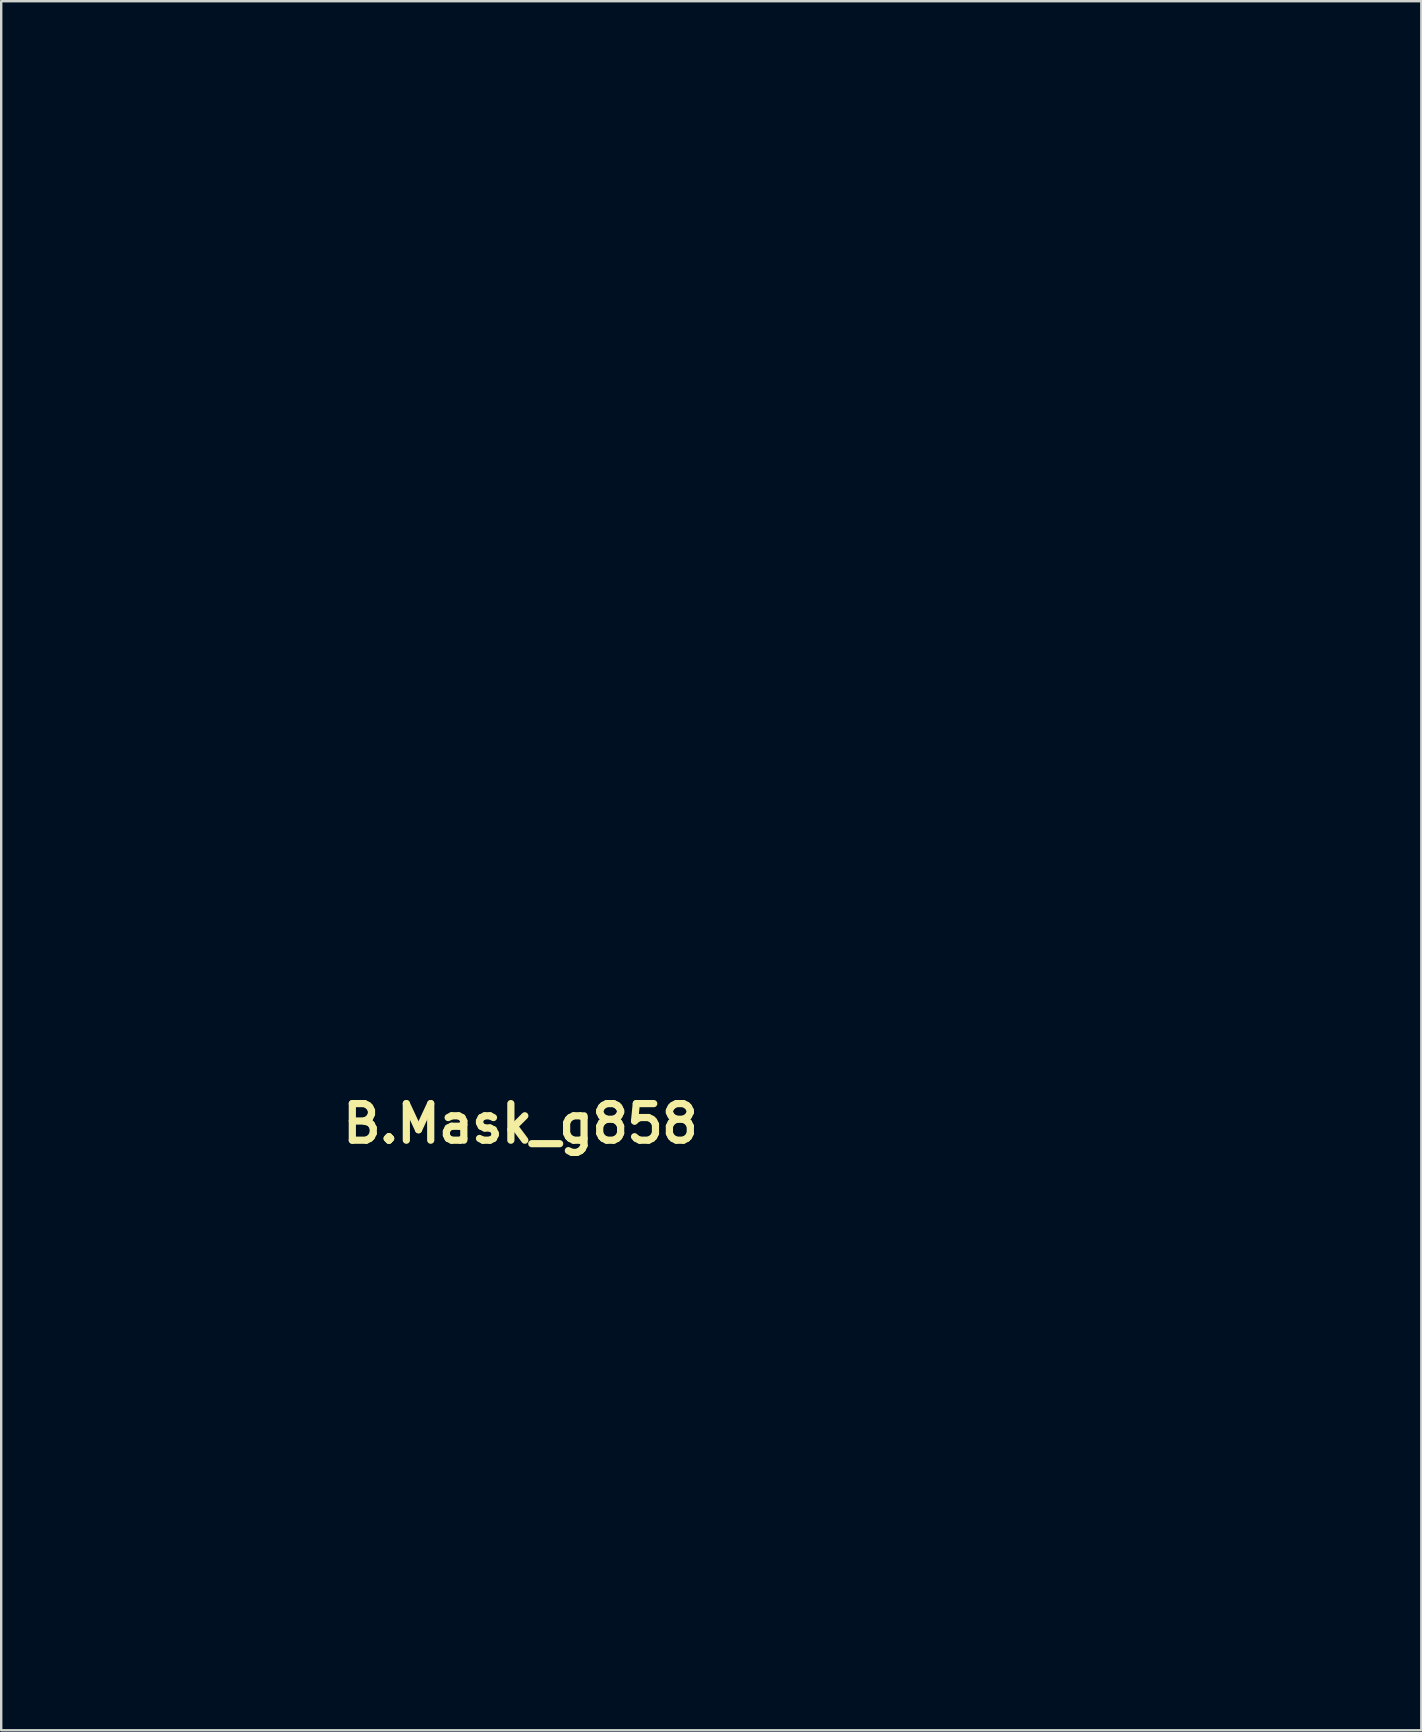
<source format=kicad_pcb>
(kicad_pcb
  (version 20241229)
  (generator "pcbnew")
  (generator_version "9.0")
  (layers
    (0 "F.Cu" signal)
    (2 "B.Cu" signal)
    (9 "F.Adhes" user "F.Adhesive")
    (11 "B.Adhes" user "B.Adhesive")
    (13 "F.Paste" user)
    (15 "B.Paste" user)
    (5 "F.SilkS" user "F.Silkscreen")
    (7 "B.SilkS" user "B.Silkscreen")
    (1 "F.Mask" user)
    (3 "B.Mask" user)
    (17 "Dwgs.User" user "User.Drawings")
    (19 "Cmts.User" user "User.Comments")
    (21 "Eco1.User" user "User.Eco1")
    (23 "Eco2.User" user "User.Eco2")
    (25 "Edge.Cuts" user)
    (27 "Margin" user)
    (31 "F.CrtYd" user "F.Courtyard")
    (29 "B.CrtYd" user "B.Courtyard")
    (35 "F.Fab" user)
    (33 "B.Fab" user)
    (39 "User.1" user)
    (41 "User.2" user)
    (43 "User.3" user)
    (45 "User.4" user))
  (footprint "B.Mask_g858"
    (layer "F.Cu")
    (at 18.629 43.755)
    (property "Reference" "B.Mask_g858" (at 0 0 0) (layer "F.SilkS") (effects (font (size 1.524 1.524) (thickness 0.3))))
    (attr through_hole)
    (fp_poly (pts (xy 21.945 -32.753) (xy 22.217 -32.713) (xy 22.484 -32.634) (xy 22.621 -32.576) (xy 22.81 -32.476) (xy 22.978 -32.361) (xy 23.139 -32.22) (xy 23.222 -32.137) (xy 23.405 -31.917) (xy 23.548 -31.68) (xy 23.653 -31.427) (xy 23.72 -31.155) (xy 23.748 -30.867) (xy 23.749 -30.797) (xy 23.732 -30.516) (xy 23.678 -30.253) (xy 23.588 -30.003) (xy 23.459 -29.763) (xy 23.292 -29.534) (xy 23.097 -29.335) (xy 22.878 -29.166) (xy 22.637 -29.031) (xy 22.38 -28.93) (xy 22.11 -28.867) (xy 21.83 -28.841) (xy 21.587 -28.852) (xy 21.404 -28.879) (xy 21.237 -28.921) (xy 21.068 -28.983) (xy 20.944 -29.04) (xy 20.695 -29.183) (xy 20.475 -29.355) (xy 20.284 -29.553) (xy 20.126 -29.774) (xy 20 -30.014) (xy 19.909 -30.27) (xy 19.854 -30.538) (xy 19.837 -30.815) (xy 19.86 -31.098) (xy 19.896 -31.28) (xy 19.98 -31.541) (xy 20.101 -31.784) (xy 20.259 -32.012) (xy 20.436 -32.205) (xy 20.651 -32.386) (xy 20.886 -32.533) (xy 21.137 -32.643) (xy 21.4 -32.717) (xy 21.671 -32.754) (xy 21.945 -32.753)) (stroke (width 0.01) (type solid)) (fill yes) (layer "B.Mask"))
    (fp_poly (pts (xy -3.071 -28.833) (xy -2.93 -28.821) (xy -2.815 -28.8) (xy -2.593 -28.724) (xy -2.387 -28.612) (xy -2.201 -28.472) (xy -2.042 -28.305) (xy -1.916 -28.118) (xy -1.889 -28.067) (xy -1.818 -27.906) (xy -1.771 -27.757) (xy -1.746 -27.605) (xy -1.739 -27.434) (xy -1.741 -27.347) (xy -1.764 -27.114) (xy -1.818 -26.905) (xy -1.906 -26.715) (xy -2.03 -26.537) (xy -2.149 -26.406) (xy -2.3 -26.271) (xy -2.456 -26.167) (xy -2.631 -26.084) (xy -2.692 -26.061) (xy -2.767 -26.037) (xy -2.839 -26.02) (xy -2.918 -26.009) (xy -3.018 -26.003) (xy -3.122 -25.999) (xy -3.244 -25.997) (xy -3.336 -25.999) (xy -3.409 -26.006) (xy -3.476 -26.019) (xy -3.549 -26.039) (xy -3.556 -26.041) (xy -3.746 -26.111) (xy -3.91 -26.199) (xy -4.063 -26.315) (xy -4.16 -26.405) (xy -4.321 -26.589) (xy -4.441 -26.783) (xy -4.523 -26.991) (xy -4.568 -27.217) (xy -4.579 -27.411) (xy -4.561 -27.658) (xy -4.506 -27.885) (xy -4.415 -28.094) (xy -4.285 -28.286) (xy -4.217 -28.365) (xy -4.035 -28.536) (xy -3.84 -28.667) (xy -3.626 -28.764) (xy -3.471 -28.809) (xy -3.358 -28.827) (xy -3.219 -28.835) (xy -3.071 -28.833)) (stroke (width 0.01) (type solid)) (fill yes) (layer "B.Mask"))
    (fp_poly (pts (xy -2.742 -5.684) (xy -2.489 -5.632) (xy -2.254 -5.544) (xy -2.032 -5.416) (xy -1.822 -5.249) (xy -1.755 -5.186) (xy -1.572 -4.978) (xy -1.428 -4.752) (xy -1.322 -4.51) (xy -1.256 -4.251) (xy -1.228 -3.976) (xy -1.228 -3.922) (xy -1.248 -3.655) (xy -1.307 -3.399) (xy -1.403 -3.157) (xy -1.532 -2.933) (xy -1.692 -2.731) (xy -1.879 -2.553) (xy -2.092 -2.403) (xy -2.328 -2.285) (xy -2.583 -2.202) (xy -2.588 -2.201) (xy -2.755 -2.173) (xy -2.945 -2.16) (xy -3.14 -2.163) (xy -3.325 -2.181) (xy -3.44 -2.204) (xy -3.688 -2.286) (xy -3.922 -2.406) (xy -4.136 -2.559) (xy -4.327 -2.743) (xy -4.489 -2.953) (xy -4.58 -3.109) (xy -4.657 -3.27) (xy -4.711 -3.416) (xy -4.746 -3.562) (xy -4.766 -3.72) (xy -4.772 -3.905) (xy -4.772 -3.926) (xy -4.771 -4.061) (xy -4.766 -4.164) (xy -4.756 -4.249) (xy -4.741 -4.326) (xy -4.726 -4.385) (xy -4.628 -4.653) (xy -4.499 -4.895) (xy -4.338 -5.109) (xy -4.146 -5.294) (xy -3.924 -5.45) (xy -3.766 -5.534) (xy -3.572 -5.614) (xy -3.384 -5.666) (xy -3.185 -5.694) (xy -3.016 -5.7) (xy -2.742 -5.684)) (stroke (width 0.01) (type solid)) (fill yes) (layer "B.Mask"))
    (fp_poly (pts (xy 5.817 12.028) (xy 6.109 12.084) (xy 6.394 12.178) (xy 6.669 12.311) (xy 6.809 12.396) (xy 6.917 12.476) (xy 7.037 12.581) (xy 7.16 12.7) (xy 7.276 12.823) (xy 7.372 12.939) (xy 7.408 12.988) (xy 7.569 13.256) (xy 7.691 13.539) (xy 7.774 13.831) (xy 7.816 14.13) (xy 7.819 14.431) (xy 7.782 14.733) (xy 7.704 15.031) (xy 7.588 15.317) (xy 7.438 15.58) (xy 7.255 15.818) (xy 7.042 16.03) (xy 6.804 16.212) (xy 6.544 16.362) (xy 6.265 16.478) (xy 5.971 16.556) (xy 5.929 16.564) (xy 5.754 16.585) (xy 5.558 16.593) (xy 5.358 16.587) (xy 5.171 16.569) (xy 5.069 16.552) (xy 4.767 16.467) (xy 4.483 16.346) (xy 4.221 16.19) (xy 3.983 16.001) (xy 3.773 15.781) (xy 3.591 15.533) (xy 3.447 15.27) (xy 3.344 15.003) (xy 3.276 14.718) (xy 3.242 14.423) (xy 3.245 14.127) (xy 3.283 13.837) (xy 3.338 13.621) (xy 3.448 13.335) (xy 3.594 13.071) (xy 3.778 12.826) (xy 3.915 12.678) (xy 4.146 12.476) (xy 4.397 12.31) (xy 4.664 12.18) (xy 4.943 12.086) (xy 5.231 12.029) (xy 5.523 12.01) (xy 5.817 12.028)) (stroke (width 0.01) (type solid)) (fill yes) (layer "B.Mask"))
    (fp_poly (pts (xy 33.288 6.847) (xy 33.514 6.898) (xy 33.722 6.987) (xy 33.918 7.115) (xy 34.08 7.258) (xy 34.168 7.348) (xy 34.233 7.425) (xy 34.285 7.5) (xy 34.334 7.587) (xy 34.361 7.641) (xy 34.451 7.861) (xy 34.503 8.075) (xy 34.52 8.295) (xy 34.517 8.392) (xy 34.481 8.637) (xy 34.408 8.868) (xy 34.3 9.081) (xy 34.161 9.272) (xy 33.992 9.439) (xy 33.797 9.577) (xy 33.579 9.683) (xy 33.409 9.737) (xy 33.254 9.765) (xy 33.077 9.777) (xy 32.896 9.772) (xy 32.731 9.752) (xy 32.705 9.746) (xy 32.516 9.688) (xy 32.325 9.596) (xy 32.146 9.48) (xy 31.99 9.346) (xy 31.922 9.272) (xy 31.797 9.103) (xy 31.7 8.924) (xy 31.631 8.752) (xy 31.606 8.673) (xy 31.589 8.603) (xy 31.579 8.53) (xy 31.573 8.44) (xy 31.572 8.322) (xy 31.572 8.319) (xy 31.573 8.194) (xy 31.578 8.098) (xy 31.588 8.019) (xy 31.606 7.944) (xy 31.62 7.895) (xy 31.69 7.703) (xy 31.776 7.539) (xy 31.885 7.388) (xy 32.003 7.259) (xy 32.191 7.096) (xy 32.39 6.973) (xy 32.604 6.889) (xy 32.836 6.842) (xy 33.041 6.83) (xy 33.288 6.847)) (stroke (width 0.01) (type solid)) (fill yes) (layer "B.Mask"))
    (fp_poly (pts (xy -8.963 -14.704) (xy -8.733 -14.657) (xy -8.458 -14.564) (xy -8.2 -14.432) (xy -7.962 -14.263) (xy -7.847 -14.161) (xy -7.692 -14.004) (xy -7.567 -13.85) (xy -7.462 -13.689) (xy -7.403 -13.578) (xy -7.29 -13.309) (xy -7.218 -13.035) (xy -7.184 -12.759) (xy -7.188 -12.485) (xy -7.226 -12.217) (xy -7.299 -11.956) (xy -7.404 -11.708) (xy -7.541 -11.475) (xy -7.707 -11.26) (xy -7.9 -11.067) (xy -8.121 -10.9) (xy -8.366 -10.761) (xy -8.635 -10.654) (xy -8.731 -10.625) (xy -8.878 -10.596) (xy -9.052 -10.576) (xy -9.238 -10.568) (xy -9.423 -10.57) (xy -9.592 -10.585) (xy -9.696 -10.602) (xy -9.977 -10.684) (xy -10.243 -10.804) (xy -10.488 -10.957) (xy -10.707 -11.143) (xy -10.755 -11.191) (xy -10.864 -11.31) (xy -10.949 -11.415) (xy -11.021 -11.519) (xy -11.089 -11.637) (xy -11.121 -11.698) (xy -11.234 -11.96) (xy -11.307 -12.23) (xy -11.342 -12.513) (xy -11.345 -12.648) (xy -11.325 -12.937) (xy -11.268 -13.212) (xy -11.175 -13.472) (xy -11.05 -13.713) (xy -10.896 -13.934) (xy -10.716 -14.133) (xy -10.512 -14.307) (xy -10.288 -14.454) (xy -10.047 -14.571) (xy -9.79 -14.657) (xy -9.522 -14.71) (xy -9.245 -14.726) (xy -8.963 -14.704)) (stroke (width 0.01) (type solid)) (fill yes) (layer "B.Mask"))
    (fp_poly (pts (xy -3.271 18.116) (xy -3.196 18.13) (xy -2.917 18.21) (xy -2.655 18.326) (xy -2.413 18.477) (xy -2.194 18.659) (xy -2.002 18.87) (xy -1.838 19.106) (xy -1.707 19.365) (xy -1.61 19.644) (xy -1.606 19.661) (xy -1.574 19.823) (xy -1.555 20.009) (xy -1.549 20.204) (xy -1.557 20.391) (xy -1.574 20.524) (xy -1.641 20.798) (xy -1.741 21.057) (xy -1.852 21.261) (xy -1.957 21.419) (xy -2.059 21.55) (xy -2.168 21.665) (xy -2.295 21.776) (xy -2.317 21.794) (xy -2.559 21.961) (xy -2.82 22.093) (xy -3.095 22.189) (xy -3.379 22.246) (xy -3.668 22.263) (xy -3.852 22.253) (xy -4.136 22.203) (xy -4.406 22.115) (xy -4.66 21.992) (xy -4.895 21.836) (xy -5.106 21.651) (xy -5.292 21.439) (xy -5.448 21.203) (xy -5.572 20.947) (xy -5.66 20.673) (xy -5.677 20.599) (xy -5.701 20.433) (xy -5.712 20.244) (xy -5.709 20.047) (xy -5.694 19.856) (xy -5.667 19.687) (xy -5.655 19.637) (xy -5.56 19.361) (xy -5.431 19.106) (xy -5.271 18.875) (xy -5.083 18.67) (xy -4.871 18.492) (xy -4.638 18.344) (xy -4.387 18.227) (xy -4.121 18.144) (xy -3.844 18.096) (xy -3.56 18.086) (xy -3.271 18.116)) (stroke (width 0.01) (type solid)) (fill yes) (layer "B.Mask"))
    (fp_poly (pts (xy -9.349 -30.246) (xy -9.167 -30.202) (xy -9.131 -30.189) (xy -8.902 -30.083) (xy -8.702 -29.946) (xy -8.532 -29.779) (xy -8.391 -29.582) (xy -8.281 -29.355) (xy -8.259 -29.297) (xy -8.236 -29.227) (xy -8.22 -29.167) (xy -8.211 -29.103) (xy -8.205 -29.027) (xy -8.204 -28.926) (xy -8.204 -28.84) (xy -8.205 -28.715) (xy -8.209 -28.623) (xy -8.216 -28.551) (xy -8.229 -28.488) (xy -8.247 -28.425) (xy -8.26 -28.388) (xy -8.331 -28.217) (xy -8.418 -28.068) (xy -8.529 -27.925) (xy -8.616 -27.833) (xy -8.792 -27.683) (xy -8.991 -27.563) (xy -9.205 -27.479) (xy -9.253 -27.466) (xy -9.383 -27.441) (xy -9.531 -27.426) (xy -9.677 -27.422) (xy -9.804 -27.43) (xy -9.824 -27.432) (xy -10.039 -27.481) (xy -10.232 -27.558) (xy -10.412 -27.668) (xy -10.586 -27.814) (xy -10.626 -27.854) (xy -10.771 -28.018) (xy -10.881 -28.186) (xy -10.962 -28.37) (xy -10.999 -28.49) (xy -11.023 -28.62) (xy -11.035 -28.774) (xy -11.034 -28.935) (xy -11.021 -29.088) (xy -10.998 -29.21) (xy -10.917 -29.432) (xy -10.801 -29.637) (xy -10.654 -29.82) (xy -10.481 -29.978) (xy -10.287 -30.105) (xy -10.074 -30.199) (xy -9.936 -30.238) (xy -9.748 -30.264) (xy -9.547 -30.267) (xy -9.349 -30.246)) (stroke (width 0.01) (type solid)) (fill yes) (layer "B.Mask"))
    (fp_poly (pts (xy 22.061 2.591) (xy 22.343 2.645) (xy 22.616 2.734) (xy 22.875 2.858) (xy 23.115 3.015) (xy 23.332 3.203) (xy 23.475 3.361) (xy 23.628 3.57) (xy 23.749 3.781) (xy 23.845 4.009) (xy 23.847 4.013) (xy 23.929 4.305) (xy 23.971 4.599) (xy 23.973 4.892) (xy 23.937 5.179) (xy 23.862 5.458) (xy 23.75 5.725) (xy 23.603 5.977) (xy 23.421 6.21) (xy 23.206 6.42) (xy 23.078 6.522) (xy 22.842 6.672) (xy 22.582 6.79) (xy 22.306 6.874) (xy 22.019 6.924) (xy 21.729 6.936) (xy 21.504 6.919) (xy 21.258 6.87) (xy 21.006 6.787) (xy 20.761 6.675) (xy 20.574 6.564) (xy 20.509 6.516) (xy 20.426 6.449) (xy 20.338 6.372) (xy 20.285 6.323) (xy 20.089 6.111) (xy 19.928 5.882) (xy 19.797 5.63) (xy 19.693 5.349) (xy 19.692 5.345) (xy 19.671 5.275) (xy 19.656 5.215) (xy 19.646 5.155) (xy 19.639 5.088) (xy 19.636 5.004) (xy 19.634 4.894) (xy 19.634 4.752) (xy 19.635 4.609) (xy 19.637 4.499) (xy 19.641 4.415) (xy 19.647 4.347) (xy 19.658 4.287) (xy 19.673 4.227) (xy 19.692 4.164) (xy 19.786 3.902) (xy 19.899 3.671) (xy 20.038 3.461) (xy 20.208 3.262) (xy 20.254 3.215) (xy 20.467 3.024) (xy 20.691 2.871) (xy 20.935 2.749) (xy 21.199 2.657) (xy 21.484 2.595) (xy 21.773 2.574) (xy 22.061 2.591)) (stroke (width 0.01) (type solid)) (fill yes) (layer "B.Mask"))
    (fp_poly (pts (xy -11.464 -38.333) (xy -11.082 -38.279) (xy -10.702 -38.186) (xy -10.327 -38.053) (xy -10.13 -37.965) (xy -9.775 -37.775) (xy -9.449 -37.554) (xy -9.15 -37.306) (xy -8.882 -37.033) (xy -8.643 -36.739) (xy -8.435 -36.425) (xy -8.259 -36.094) (xy -8.114 -35.75) (xy -8.003 -35.393) (xy -7.925 -35.028) (xy -7.882 -34.656) (xy -7.874 -34.281) (xy -7.901 -33.904) (xy -7.965 -33.53) (xy -8.066 -33.159) (xy -8.205 -32.795) (xy -8.383 -32.44) (xy -8.548 -32.172) (xy -8.79 -31.849) (xy -9.061 -31.556) (xy -9.357 -31.293) (xy -9.677 -31.062) (xy -10.018 -30.864) (xy -10.375 -30.701) (xy -10.748 -30.574) (xy -11.132 -30.484) (xy -11.525 -30.433) (xy -11.924 -30.421) (xy -12.234 -30.441) (xy -12.637 -30.503) (xy -13.028 -30.605) (xy -13.404 -30.745) (xy -13.763 -30.921) (xy -14.101 -31.133) (xy -14.418 -31.379) (xy -14.71 -31.657) (xy -14.974 -31.965) (xy -15.138 -32.193) (xy -15.341 -32.534) (xy -15.508 -32.894) (xy -15.637 -33.269) (xy -15.728 -33.654) (xy -15.781 -34.047) (xy -15.796 -34.444) (xy -15.77 -34.842) (xy -15.706 -35.236) (xy -15.6 -35.624) (xy -15.599 -35.63) (xy -15.454 -36.005) (xy -15.276 -36.357) (xy -15.068 -36.683) (xy -14.831 -36.984) (xy -14.569 -37.258) (xy -14.283 -37.504) (xy -13.977 -37.72) (xy -13.652 -37.907) (xy -13.312 -38.062) (xy -12.959 -38.185) (xy -12.595 -38.275) (xy -12.223 -38.33) (xy -11.845 -38.35) (xy -11.464 -38.333)) (stroke (width 0.01) (type solid)) (fill yes) (layer "B.Mask"))
    (fp_poly (pts (xy 7.808 -30.023) (xy 8.084 -29.966) (xy 8.345 -29.869) (xy 8.589 -29.734) (xy 8.819 -29.558) (xy 8.886 -29.497) (xy 9.049 -29.326) (xy 9.181 -29.148) (xy 9.295 -28.948) (xy 9.312 -28.912) (xy 9.377 -28.768) (xy 9.425 -28.638) (xy 9.457 -28.511) (xy 9.478 -28.374) (xy 9.488 -28.218) (xy 9.49 -28.046) (xy 9.49 -27.911) (xy 9.487 -27.809) (xy 9.482 -27.729) (xy 9.473 -27.662) (xy 9.458 -27.597) (xy 9.438 -27.526) (xy 9.433 -27.511) (xy 9.335 -27.246) (xy 9.211 -27.009) (xy 9.055 -26.795) (xy 8.965 -26.694) (xy 8.746 -26.493) (xy 8.508 -26.329) (xy 8.254 -26.204) (xy 7.984 -26.117) (xy 7.703 -26.07) (xy 7.412 -26.064) (xy 7.239 -26.079) (xy 7.115 -26.102) (xy 6.972 -26.139) (xy 6.827 -26.185) (xy 6.697 -26.234) (xy 6.636 -26.262) (xy 6.388 -26.409) (xy 6.165 -26.59) (xy 5.97 -26.8) (xy 5.805 -27.036) (xy 5.673 -27.297) (xy 5.595 -27.511) (xy 5.574 -27.583) (xy 5.558 -27.647) (xy 5.548 -27.711) (xy 5.542 -27.785) (xy 5.539 -27.879) (xy 5.538 -28.002) (xy 5.538 -28.056) (xy 5.538 -28.193) (xy 5.541 -28.296) (xy 5.546 -28.376) (xy 5.554 -28.443) (xy 5.567 -28.506) (xy 5.586 -28.574) (xy 5.595 -28.602) (xy 5.701 -28.88) (xy 5.84 -29.134) (xy 6.011 -29.362) (xy 6.21 -29.562) (xy 6.436 -29.731) (xy 6.685 -29.868) (xy 6.955 -29.97) (xy 7.096 -30.007) (xy 7.21 -30.025) (xy 7.354 -30.037) (xy 7.513 -30.042) (xy 7.514 -30.042) (xy 7.808 -30.023)) (stroke (width 0.01) (type solid)) (fill yes) (layer "B.Mask"))
    (fp_poly (pts (xy -16.308 -1.997) (xy -16.202 -1.994) (xy -16.117 -1.988) (xy -16.042 -1.978) (xy -15.968 -1.962) (xy -15.896 -1.943) (xy -15.605 -1.844) (xy -15.336 -1.709) (xy -15.091 -1.54) (xy -14.873 -1.341) (xy -14.682 -1.113) (xy -14.522 -0.858) (xy -14.395 -0.578) (xy -14.325 -0.364) (xy -14.307 -0.295) (xy -14.295 -0.226) (xy -14.287 -0.149) (xy -14.282 -0.054) (xy -14.279 0.067) (xy -14.279 0.169) (xy -14.282 0.359) (xy -14.292 0.519) (xy -14.312 0.658) (xy -14.344 0.788) (xy -14.39 0.919) (xy -14.453 1.064) (xy -14.466 1.093) (xy -14.571 1.294) (xy -14.684 1.467) (xy -14.815 1.628) (xy -14.9 1.717) (xy -15.127 1.916) (xy -15.377 2.08) (xy -15.648 2.207) (xy -15.936 2.298) (xy -16.235 2.349) (xy -16.331 2.359) (xy -16.401 2.365) (xy -16.46 2.366) (xy -16.521 2.364) (xy -16.597 2.357) (xy -16.69 2.347) (xy -16.98 2.296) (xy -17.256 2.207) (xy -17.516 2.082) (xy -17.756 1.925) (xy -17.974 1.739) (xy -18.165 1.526) (xy -18.328 1.289) (xy -18.46 1.031) (xy -18.556 0.755) (xy -18.606 0.525) (xy -18.62 0.391) (xy -18.624 0.231) (xy -18.62 0.059) (xy -18.608 -0.112) (xy -18.589 -0.267) (xy -18.564 -0.392) (xy -18.535 -0.482) (xy -18.493 -0.594) (xy -18.443 -0.711) (xy -18.405 -0.794) (xy -18.253 -1.057) (xy -18.071 -1.292) (xy -17.858 -1.498) (xy -17.618 -1.674) (xy -17.352 -1.817) (xy -17.062 -1.926) (xy -16.97 -1.953) (xy -16.894 -1.971) (xy -16.82 -1.984) (xy -16.738 -1.992) (xy -16.639 -1.997) (xy -16.511 -1.998) (xy -16.447 -1.998) (xy -16.308 -1.997)) (stroke (width 0.01) (type solid)) (fill yes) (layer "B.Mask"))
    (fp_poly (pts (xy -0.287 -43.731) (xy 0.144 -43.672) (xy 0.57 -43.572) (xy 0.778 -43.508) (xy 1.186 -43.35) (xy 1.576 -43.155) (xy 1.944 -42.926) (xy 2.288 -42.665) (xy 2.606 -42.374) (xy 2.897 -42.055) (xy 3.157 -41.71) (xy 3.385 -41.342) (xy 3.578 -40.953) (xy 3.693 -40.662) (xy 3.805 -40.314) (xy 3.885 -39.973) (xy 3.937 -39.627) (xy 3.962 -39.264) (xy 3.965 -39.053) (xy 3.949 -38.644) (xy 3.903 -38.258) (xy 3.825 -37.888) (xy 3.713 -37.524) (xy 3.564 -37.16) (xy 3.494 -37.01) (xy 3.324 -36.69) (xy 3.14 -36.399) (xy 2.935 -36.127) (xy 2.701 -35.863) (xy 2.547 -35.707) (xy 2.212 -35.409) (xy 1.86 -35.149) (xy 1.489 -34.926) (xy 1.098 -34.741) (xy 0.686 -34.593) (xy 0.476 -34.533) (xy 0.347 -34.502) (xy 0.208 -34.471) (xy 0.075 -34.444) (xy -0.021 -34.428) (xy -0.153 -34.412) (xy -0.313 -34.4) (xy -0.491 -34.391) (xy -0.675 -34.386) (xy -0.854 -34.384) (xy -1.016 -34.387) (xy -1.15 -34.395) (xy -1.175 -34.397) (xy -1.612 -34.463) (xy -2.036 -34.567) (xy -2.445 -34.709) (xy -2.836 -34.886) (xy -3.207 -35.097) (xy -3.557 -35.339) (xy -3.883 -35.612) (xy -4.184 -35.914) (xy -4.456 -36.242) (xy -4.698 -36.595) (xy -4.909 -36.971) (xy -5.085 -37.369) (xy -5.219 -37.767) (xy -5.285 -38.018) (xy -5.333 -38.256) (xy -5.366 -38.498) (xy -5.386 -38.757) (xy -5.392 -38.905) (xy -5.392 -39.265) (xy -5.371 -39.599) (xy -5.325 -39.919) (xy -5.254 -40.238) (xy -5.156 -40.566) (xy -5.155 -40.57) (xy -4.999 -40.97) (xy -4.805 -41.354) (xy -4.576 -41.721) (xy -4.314 -42.066) (xy -4.021 -42.387) (xy -3.701 -42.68) (xy -3.355 -42.942) (xy -3.186 -43.052) (xy -2.807 -43.264) (xy -2.411 -43.438) (xy -2.001 -43.574) (xy -1.581 -43.671) (xy -1.153 -43.73) (xy -0.72 -43.75) (xy -0.287 -43.731)) (stroke (width 0.01) (type solid)) (fill yes) (layer "B.Mask")))
  (gr_rect
    (start -3 -3)
    (end 56.154 69.023)
    (stroke (width 0.1) (type default))
    (fill no)
    (layer "Edge.Cuts")))
</source>
